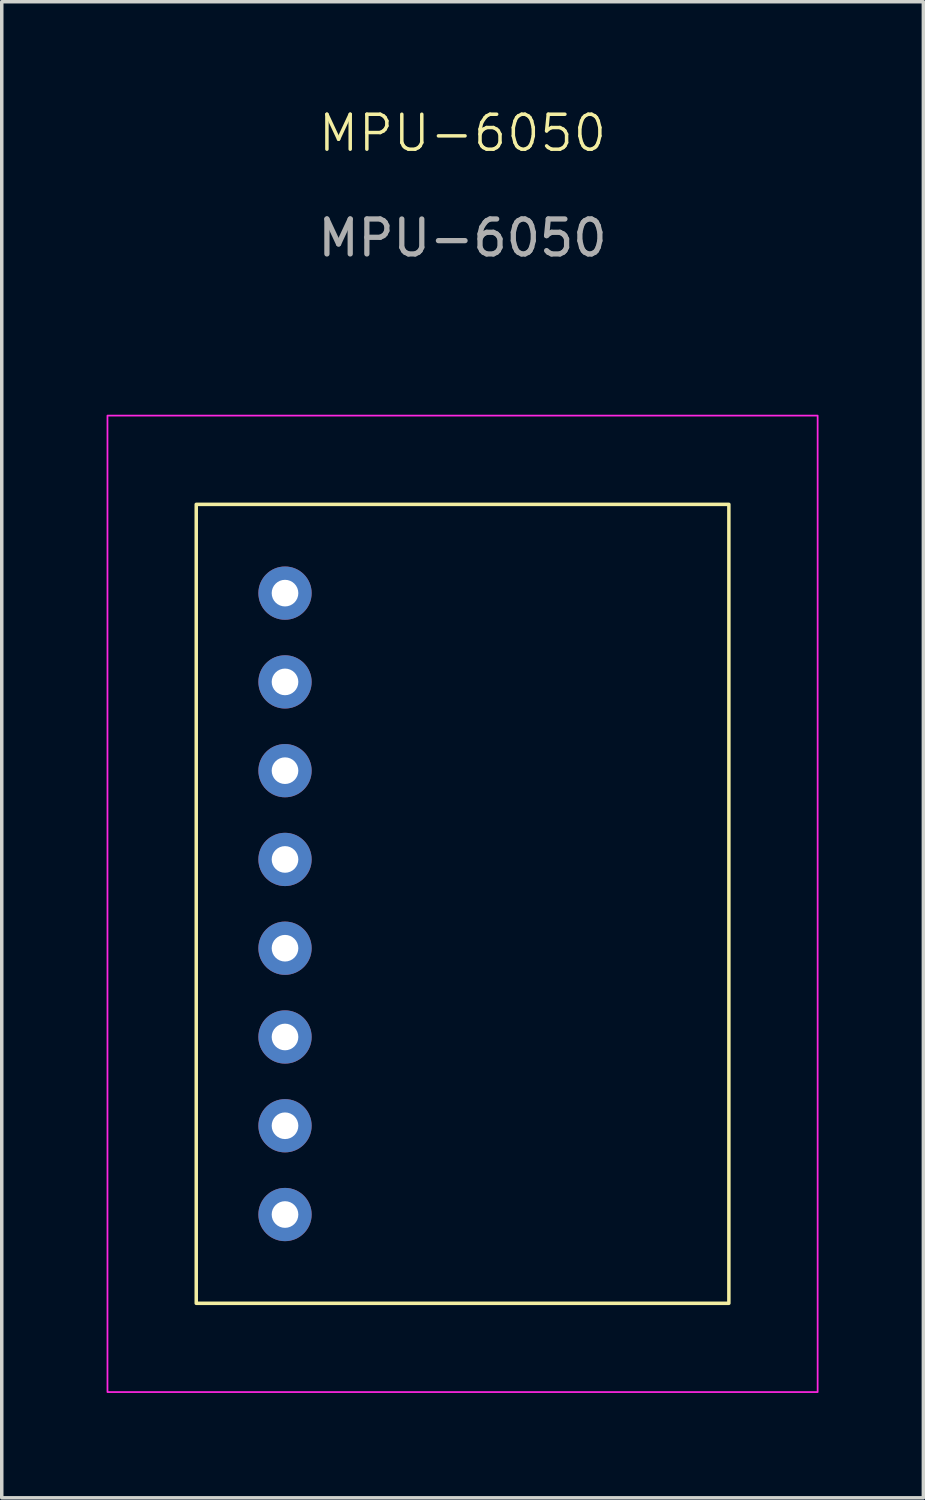
<source format=kicad_pcb>
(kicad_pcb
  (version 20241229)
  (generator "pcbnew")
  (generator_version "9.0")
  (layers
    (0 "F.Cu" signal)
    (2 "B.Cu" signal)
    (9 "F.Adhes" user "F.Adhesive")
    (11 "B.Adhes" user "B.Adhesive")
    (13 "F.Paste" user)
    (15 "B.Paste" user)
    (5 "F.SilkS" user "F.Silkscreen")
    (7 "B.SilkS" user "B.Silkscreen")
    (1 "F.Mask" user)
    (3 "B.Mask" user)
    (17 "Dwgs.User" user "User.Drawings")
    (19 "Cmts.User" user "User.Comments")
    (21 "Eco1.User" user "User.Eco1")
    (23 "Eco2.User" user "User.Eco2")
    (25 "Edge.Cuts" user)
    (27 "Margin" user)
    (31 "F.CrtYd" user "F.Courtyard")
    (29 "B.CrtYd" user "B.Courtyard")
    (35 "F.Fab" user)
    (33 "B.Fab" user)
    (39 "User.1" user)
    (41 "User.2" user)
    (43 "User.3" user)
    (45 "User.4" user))
  (footprint "MPU-6050"
    (layer "F.Cu")
    (at 10.185 21.541)
    (property "Reference" "MPU-6050" (at 0 -20.78 0) (unlocked yes) (layer "F.SilkS") (effects (font (size 1 1) (thickness 0.1))))
    (attr through_hole)
    (fp_rect (start -7.62 -10.16) (end 7.62 12.7) (stroke (width 0.1) (type default)) (fill no) (layer "F.SilkS"))
    (fp_rect (start -10.16 -12.7) (end 10.16 15.24) (stroke (width 0.05) (type default)) (fill no) (layer "F.CrtYd"))
    (fp_text user "${REFERENCE}" (at 0 -17.78 0) (unlocked yes) (layer "F.Fab") (effects (font (size 1 1) (thickness 0.15))))
    (pad "1" thru_hole circle (at -5.08 -7.62) (size 1.524 1.524) (drill 0.762) (layers "*.Cu" "*.Mask"))
    (pad "2" thru_hole circle (at -5.08 -5.08) (size 1.524 1.524) (drill 0.762) (layers "*.Cu" "*.Mask"))
    (pad "3" thru_hole circle (at -5.08 -2.54) (size 1.524 1.524) (drill 0.762) (layers "*.Cu" "*.Mask"))
    (pad "4" thru_hole circle (at -5.08 0) (size 1.524 1.524) (drill 0.762) (layers "*.Cu" "*.Mask"))
    (pad "5" thru_hole circle (at -5.08 2.54) (size 1.524 1.524) (drill 0.762) (layers "*.Cu" "*.Mask"))
    (pad "6" thru_hole circle (at -5.08 5.08) (size 1.524 1.524) (drill 0.762) (layers "*.Cu" "*.Mask"))
    (pad "7" thru_hole circle (at -5.08 7.62) (size 1.524 1.524) (drill 0.762) (layers "*.Cu" "*.Mask"))
    (pad "8" thru_hole circle (at -5.08 10.16) (size 1.524 1.524) (drill 0.762) (layers "*.Cu" "*.Mask")))
  (gr_rect
    (start -3 -3)
    (end 23.37 39.806)
    (stroke (width 0.1) (type default))
    (fill no)
    (layer "Edge.Cuts")))
</source>
